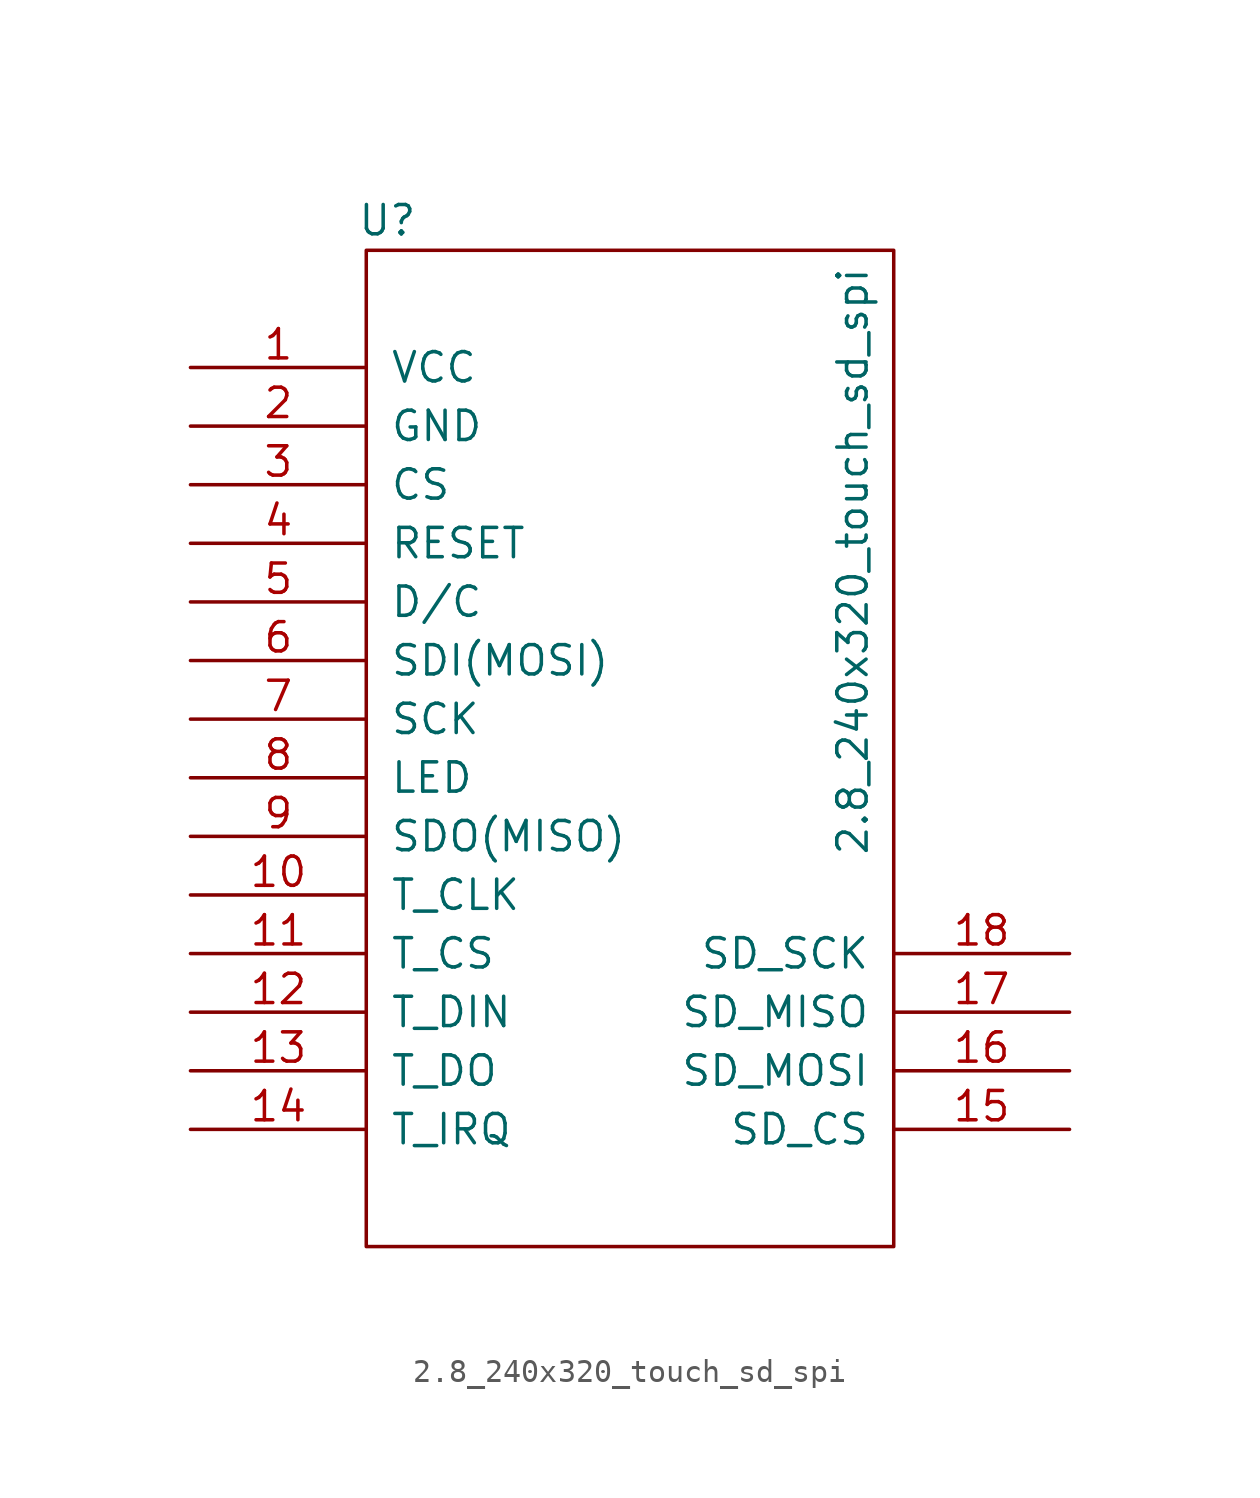
<source format=kicad_sym>
(kicad_symbol_lib
  (version 20231120)
  (generator "kicad_symbol_editor")
  (generator_version "8.0")
  (symbol "2.8_240x320_touch_sd_spi"
    (pin_names
      (offset 1.016))
    (property "Reference" "U"
      (at -10.516 22.885 0)
      (effects (font (size 1.27 1.27))))
    (property "Value" "2.8_240x320_touch_sd_spi"
      (at 9.652 8.103 90)
      (effects (font (size 1.27 1.27))))
    (symbol "2.8_240x320_touch_sd_spi_1_0"
      (rectangle (start -11.43 -21.59) (end 11.43 21.59) (stroke (width 0) (type solid)) (fill (type none))))
    (symbol "2.8_240x320_touch_sd_spi_1_1"
      (pin passive line (at -19.05 16.51 0) (length 7.62) (name "VCC" (effects (font (size 1.27 1.27)))) (number "1" (effects (font (size 1.27 1.27)))))
      (pin passive line (at -19.05 -6.35 0) (length 7.62) (name "T_CLK" (effects (font (size 1.27 1.27)))) (number "10" (effects (font (size 1.27 1.27)))))
      (pin passive line (at -19.05 -8.89 0) (length 7.62) (name "T_CS" (effects (font (size 1.27 1.27)))) (number "11" (effects (font (size 1.27 1.27)))))
      (pin passive line (at -19.05 -11.43 0) (length 7.62) (name "T_DIN" (effects (font (size 1.27 1.27)))) (number "12" (effects (font (size 1.27 1.27)))))
      (pin passive line (at -19.05 -13.97 0) (length 7.62) (name "T_DO" (effects (font (size 1.27 1.27)))) (number "13" (effects (font (size 1.27 1.27)))))
      (pin passive line (at -19.05 -16.51 0) (length 7.62) (name "T_IRQ" (effects (font (size 1.27 1.27)))) (number "14" (effects (font (size 1.27 1.27)))))
      (pin passive line (at 19.05 -16.51 180) (length 7.62) (name "SD_CS" (effects (font (size 1.27 1.27)))) (number "15" (effects (font (size 1.27 1.27)))))
      (pin passive line (at 19.05 -13.97 180) (length 7.62) (name "SD_MOSI" (effects (font (size 1.27 1.27)))) (number "16" (effects (font (size 1.27 1.27)))))
      (pin passive line (at 19.05 -11.43 180) (length 7.62) (name "SD_MISO" (effects (font (size 1.27 1.27)))) (number "17" (effects (font (size 1.27 1.27)))))
      (pin passive line (at 19.05 -8.89 180) (length 7.62) (name "SD_SCK" (effects (font (size 1.27 1.27)))) (number "18" (effects (font (size 1.27 1.27)))))
      (pin passive line (at -19.05 13.97 0) (length 7.62) (name "GND" (effects (font (size 1.27 1.27)))) (number "2" (effects (font (size 1.27 1.27)))))
      (pin passive line (at -19.05 11.43 0) (length 7.62) (name "CS" (effects (font (size 1.27 1.27)))) (number "3" (effects (font (size 1.27 1.27)))))
      (pin passive line (at -19.05 8.89 0) (length 7.62) (name "RESET" (effects (font (size 1.27 1.27)))) (number "4" (effects (font (size 1.27 1.27)))))
      (pin passive line (at -19.05 6.35 0) (length 7.62) (name "D/C" (effects (font (size 1.27 1.27)))) (number "5" (effects (font (size 1.27 1.27)))))
      (pin passive line (at -19.05 3.81 0) (length 7.62) (name "SDI(MOSI)" (effects (font (size 1.27 1.27)))) (number "6" (effects (font (size 1.27 1.27)))))
      (pin passive line (at -19.05 1.27 0) (length 7.62) (name "SCK" (effects (font (size 1.27 1.27)))) (number "7" (effects (font (size 1.27 1.27)))))
      (pin passive line (at -19.05 -1.27 0) (length 7.62) (name "LED" (effects (font (size 1.27 1.27)))) (number "8" (effects (font (size 1.27 1.27)))))
      (pin passive line (at -19.05 -3.81 0) (length 7.62) (name "SDO(MISO)" (effects (font (size 1.27 1.27)))) (number "9" (effects (font (size 1.27 1.27))))))))
</source>
